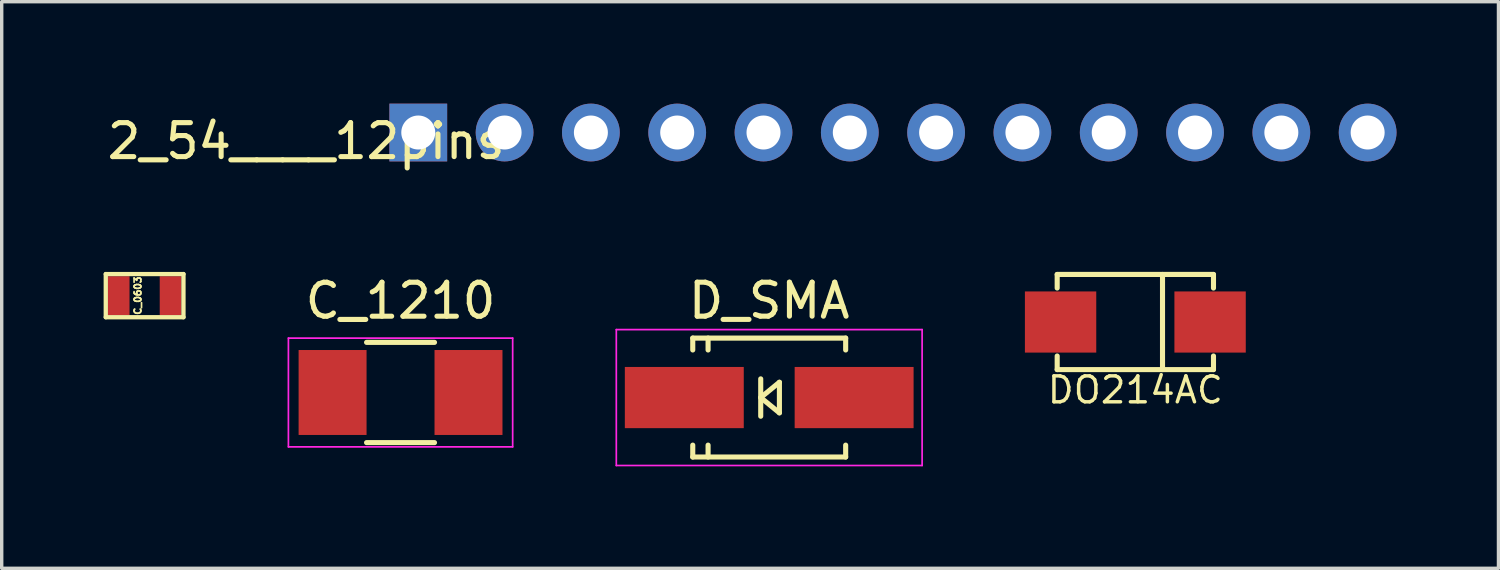
<source format=kicad_pcb>
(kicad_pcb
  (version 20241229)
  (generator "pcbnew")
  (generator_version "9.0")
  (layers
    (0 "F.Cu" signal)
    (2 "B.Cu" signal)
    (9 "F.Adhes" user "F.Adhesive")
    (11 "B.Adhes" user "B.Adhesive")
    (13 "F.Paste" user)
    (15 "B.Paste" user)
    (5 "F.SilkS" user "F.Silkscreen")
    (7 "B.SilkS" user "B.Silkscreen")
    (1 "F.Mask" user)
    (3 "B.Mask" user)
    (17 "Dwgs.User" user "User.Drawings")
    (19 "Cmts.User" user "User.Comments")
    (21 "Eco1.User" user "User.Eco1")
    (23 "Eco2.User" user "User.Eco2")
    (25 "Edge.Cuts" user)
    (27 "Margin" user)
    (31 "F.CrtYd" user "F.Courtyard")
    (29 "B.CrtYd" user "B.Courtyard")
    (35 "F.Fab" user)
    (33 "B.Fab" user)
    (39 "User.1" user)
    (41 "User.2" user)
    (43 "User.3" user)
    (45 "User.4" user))
  (footprint "D_SMA"
    (layer "F.Cu")
    (at 19.588 8.65)
    (property "Reference" "D_SMA" (at 0 -2.85 0) (layer "F.SilkS") (effects (font (size 1 1) (thickness 0.15))))
    (attr smd)
    (fp_line (start -2.25 -1.75) (end -2.25 -1.4) (stroke (width 0.15) (type solid)) (layer "F.SilkS"))
    (fp_line (start -2.25 -1.75) (end 2.25 -1.75) (stroke (width 0.15) (type solid)) (layer "F.SilkS"))
    (fp_line (start -2.25 1.75) (end -2.25 1.4) (stroke (width 0.15) (type solid)) (layer "F.SilkS"))
    (fp_line (start -2.25 1.75) (end 2.25 1.75) (stroke (width 0.15) (type solid)) (layer "F.SilkS"))
    (fp_line (start -1.799 -1.75) (end -1.799 -1.4) (stroke (width 0.15) (type solid)) (layer "F.SilkS"))
    (fp_line (start -1.799 1.75) (end -1.799 1.4) (stroke (width 0.15) (type solid)) (layer "F.SilkS"))
    (fp_line (start -0.25 -0.55) (end -0.25 0.55) (stroke (width 0.15) (type solid)) (layer "F.SilkS"))
    (fp_line (start -0.25 0) (end 0.3 -0.45) (stroke (width 0.15) (type solid)) (layer "F.SilkS"))
    (fp_line (start 0.3 -0.45) (end 0.3 0.45) (stroke (width 0.15) (type solid)) (layer "F.SilkS"))
    (fp_line (start 0.3 0.45) (end -0.25 0) (stroke (width 0.15) (type solid)) (layer "F.SilkS"))
    (fp_line (start 2.25 -1.75) (end 2.25 -1.4) (stroke (width 0.15) (type solid)) (layer "F.SilkS"))
    (fp_line (start 2.25 1.75) (end 2.25 1.4) (stroke (width 0.15) (type solid)) (layer "F.SilkS"))
    (fp_line (start -4.5 -2) (end 4.5 -2) (stroke (width 0.05) (type solid)) (layer "F.CrtYd"))
    (fp_line (start -4.5 2) (end -4.5 -2) (stroke (width 0.05) (type solid)) (layer "F.CrtYd"))
    (fp_line (start 4.5 -2) (end 4.5 2) (stroke (width 0.05) (type solid)) (layer "F.CrtYd"))
    (fp_line (start 4.5 2) (end -4.5 2) (stroke (width 0.05) (type solid)) (layer "F.CrtYd"))
    (pad "1" smd rect (at -2.499 0) (size 3.5 1.801) (layers "F.Cu" "F.Mask" "F.Paste"))
    (pad "2" smd rect (at 2.499 0) (size 3.5 1.801) (layers "F.Cu" "F.Mask" "F.Paste")))
  (footprint "C_0603"
    (layer "F.Cu")
    (at 1.206 5.651)
    (property "Reference" "C_0603" (at -0.2 0 90) (layer "F.SilkS") (effects (font (size 0.2 0.2) (thickness 0.05))))
    (attr smd)
    (fp_line (start -1.143 -0.635) (end 1.143 -0.635) (stroke (width 0.127) (type solid)) (layer "F.SilkS"))
    (fp_line (start -1.143 0.635) (end -1.143 -0.635) (stroke (width 0.127) (type solid)) (layer "F.SilkS"))
    (fp_line (start 1.143 -0.635) (end 1.143 0.635) (stroke (width 0.127) (type solid)) (layer "F.SilkS"))
    (fp_line (start 1.143 0.635) (end -1.143 0.635) (stroke (width 0.127) (type solid)) (layer "F.SilkS"))
    (pad "1" smd rect (at -0.762 0) (size 0.635 1.143) (layers "F.Cu" "F.Mask" "F.Paste"))
    (pad "2" smd rect (at 0.762 0) (size 0.635 1.143) (layers "F.Cu" "F.Mask" "F.Paste")))
  (footprint "DO214AC"
    (layer "F.Cu")
    (at 30.363 6.427)
    (property "Reference" "DO214AC" (at 0 2 0) (layer "F.SilkS") (effects (font (size 0.762 0.762) (thickness 0.102))))
    (attr through_hole)
    (fp_line (start -2.3 -1.4) (end -2.3 -1) (stroke (width 0.15) (type solid)) (layer "F.SilkS"))
    (fp_line (start -2.3 1) (end -2.3 1.4) (stroke (width 0.15) (type solid)) (layer "F.SilkS"))
    (fp_line (start -2.3 1.4) (end 2.3 1.4) (stroke (width 0.15) (type solid)) (layer "F.SilkS"))
    (fp_line (start 0.8 -1.4) (end 0.8 1.4) (stroke (width 0.15) (type solid)) (layer "F.SilkS"))
    (fp_line (start 2.3 -1.4) (end -2.3 -1.4) (stroke (width 0.15) (type solid)) (layer "F.SilkS"))
    (fp_line (start 2.3 -1.4) (end 2.3 -1) (stroke (width 0.15) (type solid)) (layer "F.SilkS"))
    (fp_line (start 2.3 1.4) (end 2.3 1) (stroke (width 0.15) (type solid)) (layer "F.SilkS"))
    (pad "1" smd rect (at -2.2 0) (size 2.1 1.8) (layers "F.Cu" "F.Mask" "F.Paste"))
    (pad "2" smd rect (at 2.2 0) (size 2.1 1.8) (layers "F.Cu" "F.Mask" "F.Paste")))
  (footprint "C_1210"
    (layer "F.Cu")
    (at 8.738 8.501)
    (property "Reference" "C_1210" (at 0 -2.7 0) (layer "F.SilkS") (effects (font (size 1 1) (thickness 0.15))))
    (attr smd)
    (fp_line (start -1 1.475) (end 1 1.475) (stroke (width 0.15) (type solid)) (layer "F.SilkS"))
    (fp_line (start 1 -1.475) (end -1 -1.475) (stroke (width 0.15) (type solid)) (layer "F.SilkS"))
    (fp_line (start -3.3 -1.6) (end -3.3 1.6) (stroke (width 0.05) (type solid)) (layer "F.CrtYd"))
    (fp_line (start -3.3 -1.6) (end 3.3 -1.6) (stroke (width 0.05) (type solid)) (layer "F.CrtYd"))
    (fp_line (start -3.3 1.6) (end 3.3 1.6) (stroke (width 0.05) (type solid)) (layer "F.CrtYd"))
    (fp_line (start 3.3 -1.6) (end 3.3 1.6) (stroke (width 0.05) (type solid)) (layer "F.CrtYd"))
    (pad "1" smd rect (at -2 0) (size 2 2.5) (layers "F.Cu" "F.Mask" "F.Paste"))
    (pad "2" smd rect (at 2 0) (size 2 2.5) (layers "F.Cu" "F.Mask" "F.Paste")))
  (footprint "2_54____12pins"
    (layer "F.Cu")
    (at 9.26 0.85)
    (property "Reference" "2_54____12pins" (at -3.302 0.254 0) (layer "F.SilkS") (effects (font (size 1 1) (thickness 0.15))))
    (attr through_hole)
    (pad "1" thru_hole rect (at 0 0) (size 1.7 1.7) (drill 1) (layers "*.Cu" "*.Mask"))
    (pad "2" thru_hole circle (at 2.54 0) (size 1.7 1.7) (drill 1) (layers "*.Cu" "*.Mask"))
    (pad "3" thru_hole circle (at 5.08 0) (size 1.7 1.7) (drill 1) (layers "*.Cu" "*.Mask"))
    (pad "4" thru_hole circle (at 7.62 0) (size 1.7 1.7) (drill 1) (layers "*.Cu" "*.Mask"))
    (pad "5" thru_hole circle (at 10.16 0) (size 1.7 1.7) (drill 1) (layers "*.Cu" "*.Mask"))
    (pad "6" thru_hole circle (at 12.7 0) (size 1.7 1.7) (drill 1) (layers "*.Cu" "*.Mask"))
    (pad "7" thru_hole circle (at 15.24 0) (size 1.7 1.7) (drill 1) (layers "*.Cu" "*.Mask"))
    (pad "8" thru_hole circle (at 17.78 0) (size 1.7 1.7) (drill 1) (layers "*.Cu" "*.Mask"))
    (pad "9" thru_hole circle (at 20.32 0) (size 1.7 1.7) (drill 1) (layers "*.Cu" "*.Mask"))
    (pad "10" thru_hole circle (at 22.86 0) (size 1.7 1.7) (drill 1) (layers "*.Cu" "*.Mask"))
    (pad "11" thru_hole circle (at 25.4 0) (size 1.7 1.7) (drill 1) (layers "*.Cu" "*.Mask"))
    (pad "12" thru_hole circle (at 27.94 0) (size 1.7 1.7) (drill 1) (layers "*.Cu" "*.Mask")))
  (gr_rect
    (start -3 -3)
    (end 41.05 13.675)
    (stroke (width 0.1) (type default))
    (fill no)
    (layer "Edge.Cuts")))
</source>
